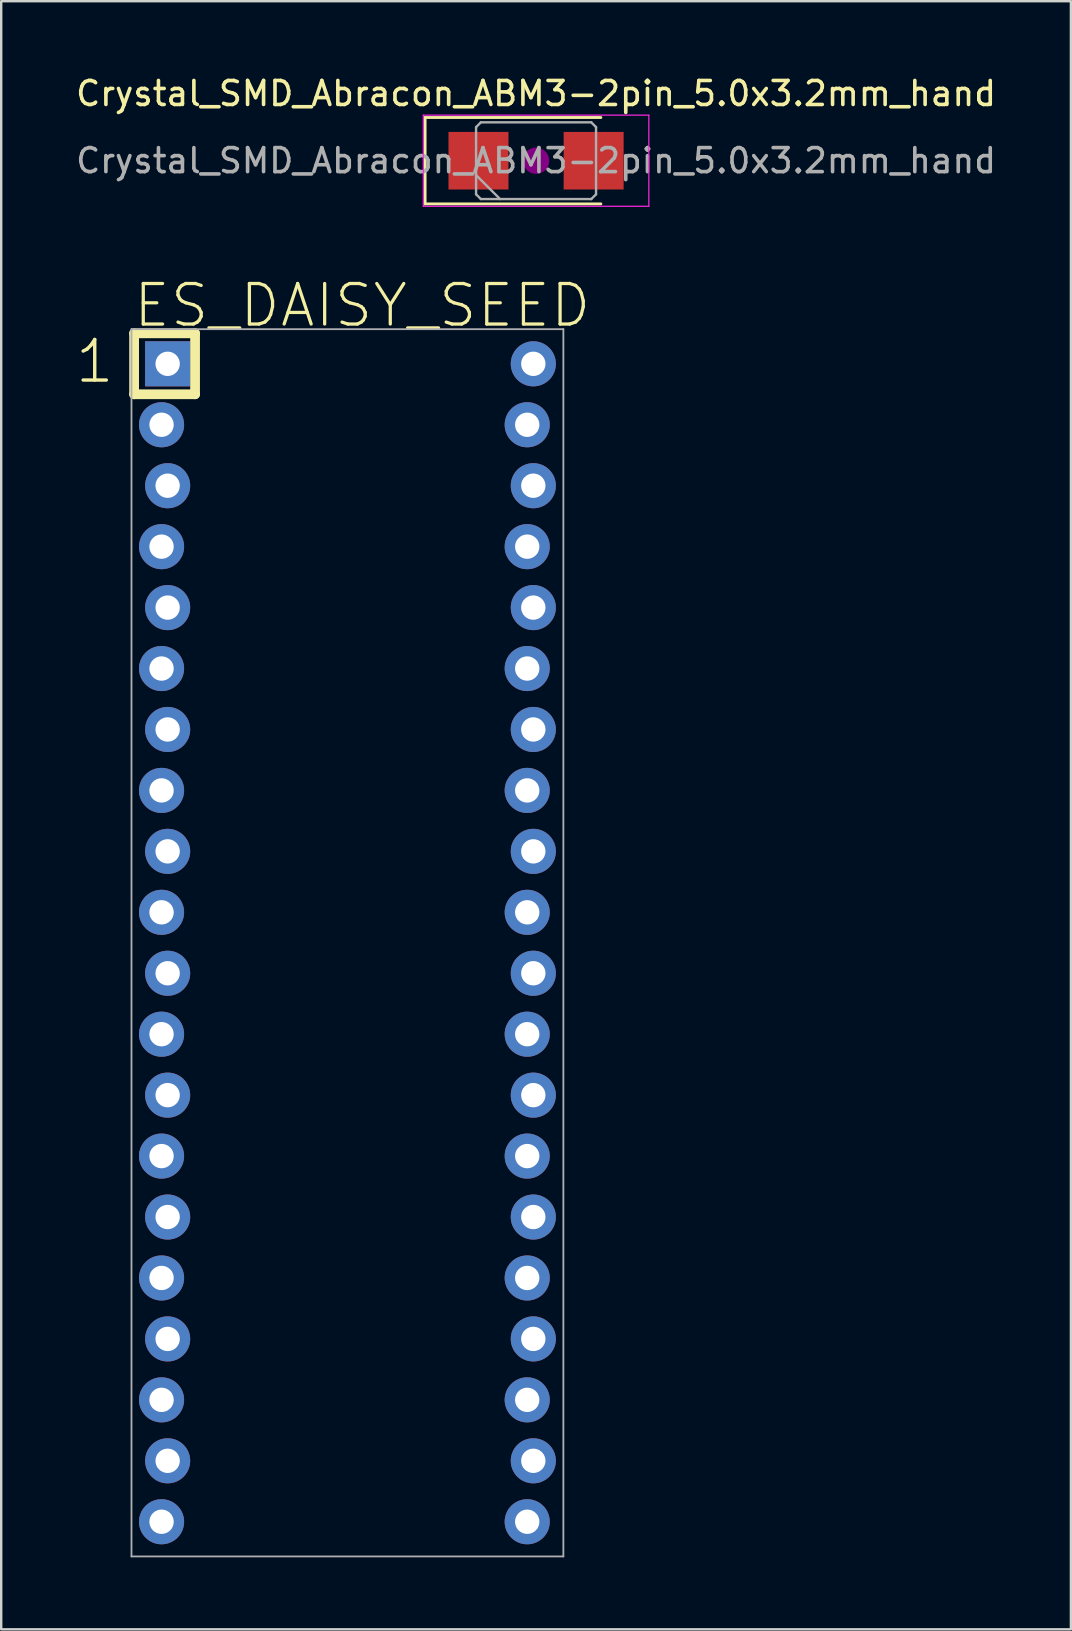
<source format=kicad_pcb>
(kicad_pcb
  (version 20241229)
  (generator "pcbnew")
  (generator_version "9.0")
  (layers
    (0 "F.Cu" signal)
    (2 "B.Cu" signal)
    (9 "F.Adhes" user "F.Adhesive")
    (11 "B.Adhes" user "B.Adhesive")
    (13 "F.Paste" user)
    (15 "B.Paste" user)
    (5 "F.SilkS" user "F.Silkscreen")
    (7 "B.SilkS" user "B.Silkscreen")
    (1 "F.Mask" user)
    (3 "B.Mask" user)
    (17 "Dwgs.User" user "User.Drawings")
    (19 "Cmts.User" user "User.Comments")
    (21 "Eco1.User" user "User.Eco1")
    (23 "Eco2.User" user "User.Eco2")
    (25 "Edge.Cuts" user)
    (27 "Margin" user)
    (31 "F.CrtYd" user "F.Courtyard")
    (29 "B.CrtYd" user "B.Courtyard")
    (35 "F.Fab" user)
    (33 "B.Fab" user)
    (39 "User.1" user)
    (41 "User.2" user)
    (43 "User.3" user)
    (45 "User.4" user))
  (footprint "ES_DAISY_SEED"
    (layer "F.Cu")
    (at 11.43 36.243)
    (property "Reference" "ES_DAISY_SEED" (at -9 -25.575 0) (layer "F.SilkS") (effects (font (size 1.689 1.689) (thickness 0.135)) (justify left bottom)))
    (attr through_hole)
    (fp_line (start -8.89 -25.4) (end -6.35 -25.4) (stroke (width 0.406) (type solid)) (layer "F.SilkS"))
    (fp_line (start -8.89 -22.86) (end -8.89 -25.4) (stroke (width 0.406) (type solid)) (layer "F.SilkS"))
    (fp_line (start -6.35 -25.4) (end -6.35 -22.86) (stroke (width 0.406) (type solid)) (layer "F.SilkS"))
    (fp_line (start -6.35 -22.86) (end -8.89 -22.86) (stroke (width 0.406) (type solid)) (layer "F.SilkS"))
    (fp_line (start -9 -25.575) (end 9 -25.575) (stroke (width 0.076) (type solid)) (layer "F.Fab"))
    (fp_line (start -9 25.575) (end -9 -25.575) (stroke (width 0.076) (type solid)) (layer "F.Fab"))
    (fp_line (start 9 -25.575) (end 9 25.575) (stroke (width 0.076) (type solid)) (layer "F.Fab"))
    (fp_line (start 9 25.575) (end -9 25.575) (stroke (width 0.076) (type solid)) (layer "F.Fab"))
    (fp_poly (pts (xy -7.874 -24.384) (xy -7.874 -23.876) (xy -7.366 -23.876) (xy -7.366 -24.384)) (stroke (width 0.1) (type solid)) (fill no) (layer "F.Fab"))
    (fp_poly (pts (xy -7.874 -21.844) (xy -7.874 -21.336) (xy -7.366 -21.336) (xy -7.366 -21.844)) (stroke (width 0.1) (type solid)) (fill no) (layer "F.Fab"))
    (fp_poly (pts (xy -7.874 -19.304) (xy -7.874 -18.796) (xy -7.366 -18.796) (xy -7.366 -19.304)) (stroke (width 0.1) (type solid)) (fill no) (layer "F.Fab"))
    (fp_poly (pts (xy -7.874 -16.764) (xy -7.874 -16.256) (xy -7.366 -16.256) (xy -7.366 -16.764)) (stroke (width 0.1) (type solid)) (fill no) (layer "F.Fab"))
    (fp_poly (pts (xy -7.874 -14.224) (xy -7.874 -13.716) (xy -7.366 -13.716) (xy -7.366 -14.224)) (stroke (width 0.1) (type solid)) (fill no) (layer "F.Fab"))
    (fp_poly (pts (xy -7.874 -11.684) (xy -7.874 -11.176) (xy -7.366 -11.176) (xy -7.366 -11.684)) (stroke (width 0.1) (type solid)) (fill no) (layer "F.Fab"))
    (fp_poly (pts (xy -7.874 -9.144) (xy -7.874 -8.636) (xy -7.366 -8.636) (xy -7.366 -9.144)) (stroke (width 0.1) (type solid)) (fill no) (layer "F.Fab"))
    (fp_poly (pts (xy -7.874 -6.604) (xy -7.874 -6.096) (xy -7.366 -6.096) (xy -7.366 -6.604)) (stroke (width 0.1) (type solid)) (fill no) (layer "F.Fab"))
    (fp_poly (pts (xy -7.874 -4.064) (xy -7.874 -3.556) (xy -7.366 -3.556) (xy -7.366 -4.064)) (stroke (width 0.1) (type solid)) (fill no) (layer "F.Fab"))
    (fp_poly (pts (xy -7.874 -1.524) (xy -7.874 -1.016) (xy -7.366 -1.016) (xy -7.366 -1.524)) (stroke (width 0.1) (type solid)) (fill no) (layer "F.Fab"))
    (fp_poly (pts (xy -7.874 1.016) (xy -7.874 1.524) (xy -7.366 1.524) (xy -7.366 1.016)) (stroke (width 0.1) (type solid)) (fill no) (layer "F.Fab"))
    (fp_poly (pts (xy -7.874 3.556) (xy -7.874 4.064) (xy -7.366 4.064) (xy -7.366 3.556)) (stroke (width 0.1) (type solid)) (fill no) (layer "F.Fab"))
    (fp_poly (pts (xy -7.874 6.096) (xy -7.874 6.604) (xy -7.366 6.604) (xy -7.366 6.096)) (stroke (width 0.1) (type solid)) (fill no) (layer "F.Fab"))
    (fp_poly (pts (xy -7.874 8.636) (xy -7.874 9.144) (xy -7.366 9.144) (xy -7.366 8.636)) (stroke (width 0.1) (type solid)) (fill no) (layer "F.Fab"))
    (fp_poly (pts (xy -7.874 11.176) (xy -7.874 11.684) (xy -7.366 11.684) (xy -7.366 11.176)) (stroke (width 0.1) (type solid)) (fill no) (layer "F.Fab"))
    (fp_poly (pts (xy -7.874 13.716) (xy -7.874 14.224) (xy -7.366 14.224) (xy -7.366 13.716)) (stroke (width 0.1) (type solid)) (fill no) (layer "F.Fab"))
    (fp_poly (pts (xy -7.874 16.256) (xy -7.874 16.764) (xy -7.366 16.764) (xy -7.366 16.256)) (stroke (width 0.1) (type solid)) (fill no) (layer "F.Fab"))
    (fp_poly (pts (xy -7.874 18.796) (xy -7.874 19.304) (xy -7.366 19.304) (xy -7.366 18.796)) (stroke (width 0.1) (type solid)) (fill no) (layer "F.Fab"))
    (fp_poly (pts (xy -7.874 21.336) (xy -7.874 21.844) (xy -7.366 21.844) (xy -7.366 21.336)) (stroke (width 0.1) (type solid)) (fill no) (layer "F.Fab"))
    (fp_poly (pts (xy -7.874 23.876) (xy -7.874 24.384) (xy -7.366 24.384) (xy -7.366 23.876)) (stroke (width 0.1) (type solid)) (fill no) (layer "F.Fab"))
    (fp_poly (pts (xy 7.874 -23.876) (xy 7.874 -24.384) (xy 7.366 -24.384) (xy 7.366 -23.876)) (stroke (width 0.1) (type solid)) (fill no) (layer "F.Fab"))
    (fp_poly (pts (xy 7.874 -21.336) (xy 7.874 -21.844) (xy 7.366 -21.844) (xy 7.366 -21.336)) (stroke (width 0.1) (type solid)) (fill no) (layer "F.Fab"))
    (fp_poly (pts (xy 7.874 -18.796) (xy 7.874 -19.304) (xy 7.366 -19.304) (xy 7.366 -18.796)) (stroke (width 0.1) (type solid)) (fill no) (layer "F.Fab"))
    (fp_poly (pts (xy 7.874 -16.256) (xy 7.874 -16.764) (xy 7.366 -16.764) (xy 7.366 -16.256)) (stroke (width 0.1) (type solid)) (fill no) (layer "F.Fab"))
    (fp_poly (pts (xy 7.874 -13.716) (xy 7.874 -14.224) (xy 7.366 -14.224) (xy 7.366 -13.716)) (stroke (width 0.1) (type solid)) (fill no) (layer "F.Fab"))
    (fp_poly (pts (xy 7.874 -11.176) (xy 7.874 -11.684) (xy 7.366 -11.684) (xy 7.366 -11.176)) (stroke (width 0.1) (type solid)) (fill no) (layer "F.Fab"))
    (fp_poly (pts (xy 7.874 -8.636) (xy 7.874 -9.144) (xy 7.366 -9.144) (xy 7.366 -8.636)) (stroke (width 0.1) (type solid)) (fill no) (layer "F.Fab"))
    (fp_poly (pts (xy 7.874 -6.096) (xy 7.874 -6.604) (xy 7.366 -6.604) (xy 7.366 -6.096)) (stroke (width 0.1) (type solid)) (fill no) (layer "F.Fab"))
    (fp_poly (pts (xy 7.874 -3.556) (xy 7.874 -4.064) (xy 7.366 -4.064) (xy 7.366 -3.556)) (stroke (width 0.1) (type solid)) (fill no) (layer "F.Fab"))
    (fp_poly (pts (xy 7.874 -1.016) (xy 7.874 -1.524) (xy 7.366 -1.524) (xy 7.366 -1.016)) (stroke (width 0.1) (type solid)) (fill no) (layer "F.Fab"))
    (fp_poly (pts (xy 7.874 1.524) (xy 7.874 1.016) (xy 7.366 1.016) (xy 7.366 1.524)) (stroke (width 0.1) (type solid)) (fill no) (layer "F.Fab"))
    (fp_poly (pts (xy 7.874 4.064) (xy 7.874 3.556) (xy 7.366 3.556) (xy 7.366 4.064)) (stroke (width 0.1) (type solid)) (fill no) (layer "F.Fab"))
    (fp_poly (pts (xy 7.874 6.604) (xy 7.874 6.096) (xy 7.366 6.096) (xy 7.366 6.604)) (stroke (width 0.1) (type solid)) (fill no) (layer "F.Fab"))
    (fp_poly (pts (xy 7.874 9.144) (xy 7.874 8.636) (xy 7.366 8.636) (xy 7.366 9.144)) (stroke (width 0.1) (type solid)) (fill no) (layer "F.Fab"))
    (fp_poly (pts (xy 7.874 11.684) (xy 7.874 11.176) (xy 7.366 11.176) (xy 7.366 11.684)) (stroke (width 0.1) (type solid)) (fill no) (layer "F.Fab"))
    (fp_poly (pts (xy 7.874 14.224) (xy 7.874 13.716) (xy 7.366 13.716) (xy 7.366 14.224)) (stroke (width 0.1) (type solid)) (fill no) (layer "F.Fab"))
    (fp_poly (pts (xy 7.874 16.764) (xy 7.874 16.256) (xy 7.366 16.256) (xy 7.366 16.764)) (stroke (width 0.1) (type solid)) (fill no) (layer "F.Fab"))
    (fp_poly (pts (xy 7.874 19.304) (xy 7.874 18.796) (xy 7.366 18.796) (xy 7.366 19.304)) (stroke (width 0.1) (type solid)) (fill no) (layer "F.Fab"))
    (fp_poly (pts (xy 7.874 21.844) (xy 7.874 21.336) (xy 7.366 21.336) (xy 7.366 21.844)) (stroke (width 0.1) (type solid)) (fill no) (layer "F.Fab"))
    (fp_poly (pts (xy 7.874 24.384) (xy 7.874 23.876) (xy 7.366 23.876) (xy 7.366 24.384)) (stroke (width 0.1) (type solid)) (fill no) (layer "F.Fab"))
    (fp_text user "1" (at -11.43 -23.241 0) (layer "F.SilkS") (effects (font (size 1.689 1.689) (thickness 0.142)) (justify left bottom)))
    (pad "1" thru_hole rect (at -7.493 -24.13) (size 1.88 1.88) (drill 1.016) (layers "*.Cu" "*.Mask"))
    (pad "2" thru_hole circle (at -7.747 -21.59) (size 1.88 1.88) (drill 1.016) (layers "*.Cu" "*.Mask"))
    (pad "3" thru_hole circle (at -7.493 -19.05) (size 1.88 1.88) (drill 1.016) (layers "*.Cu" "*.Mask"))
    (pad "4" thru_hole circle (at -7.747 -16.51) (size 1.88 1.88) (drill 1.016) (layers "*.Cu" "*.Mask"))
    (pad "5" thru_hole circle (at -7.493 -13.97) (size 1.88 1.88) (drill 1.016) (layers "*.Cu" "*.Mask"))
    (pad "6" thru_hole circle (at -7.747 -11.43) (size 1.88 1.88) (drill 1.016) (layers "*.Cu" "*.Mask"))
    (pad "7" thru_hole circle (at -7.493 -8.89) (size 1.88 1.88) (drill 1.016) (layers "*.Cu" "*.Mask"))
    (pad "8" thru_hole circle (at -7.747 -6.35) (size 1.88 1.88) (drill 1.016) (layers "*.Cu" "*.Mask"))
    (pad "9" thru_hole circle (at -7.493 -3.81) (size 1.88 1.88) (drill 1.016) (layers "*.Cu" "*.Mask"))
    (pad "10" thru_hole circle (at -7.747 -1.27) (size 1.88 1.88) (drill 1.016) (layers "*.Cu" "*.Mask"))
    (pad "11" thru_hole circle (at -7.493 1.27) (size 1.88 1.88) (drill 1.016) (layers "*.Cu" "*.Mask"))
    (pad "12" thru_hole circle (at -7.747 3.81) (size 1.88 1.88) (drill 1.016) (layers "*.Cu" "*.Mask"))
    (pad "13" thru_hole circle (at -7.493 6.35) (size 1.88 1.88) (drill 1.016) (layers "*.Cu" "*.Mask"))
    (pad "14" thru_hole circle (at -7.747 8.89) (size 1.88 1.88) (drill 1.016) (layers "*.Cu" "*.Mask"))
    (pad "15" thru_hole circle (at -7.493 11.43) (size 1.88 1.88) (drill 1.016) (layers "*.Cu" "*.Mask"))
    (pad "16" thru_hole circle (at -7.747 13.97) (size 1.88 1.88) (drill 1.016) (layers "*.Cu" "*.Mask"))
    (pad "17" thru_hole circle (at -7.493 16.51) (size 1.88 1.88) (drill 1.016) (layers "*.Cu" "*.Mask"))
    (pad "18" thru_hole circle (at -7.747 19.05) (size 1.88 1.88) (drill 1.016) (layers "*.Cu" "*.Mask"))
    (pad "19" thru_hole circle (at -7.493 21.59) (size 1.88 1.88) (drill 1.016) (layers "*.Cu" "*.Mask"))
    (pad "20" thru_hole circle (at -7.747 24.13) (size 1.88 1.88) (drill 1.016) (layers "*.Cu" "*.Mask"))
    (pad "21" thru_hole circle (at 7.493 24.13 180) (size 1.88 1.88) (drill 1.016) (layers "*.Cu" "*.Mask"))
    (pad "22" thru_hole circle (at 7.747 21.59 180) (size 1.88 1.88) (drill 1.016) (layers "*.Cu" "*.Mask"))
    (pad "23" thru_hole circle (at 7.493 19.05 180) (size 1.88 1.88) (drill 1.016) (layers "*.Cu" "*.Mask"))
    (pad "24" thru_hole circle (at 7.747 16.51 180) (size 1.88 1.88) (drill 1.016) (layers "*.Cu" "*.Mask"))
    (pad "25" thru_hole circle (at 7.493 13.97 180) (size 1.88 1.88) (drill 1.016) (layers "*.Cu" "*.Mask"))
    (pad "26" thru_hole circle (at 7.747 11.43 180) (size 1.88 1.88) (drill 1.016) (layers "*.Cu" "*.Mask"))
    (pad "27" thru_hole circle (at 7.493 8.89 180) (size 1.88 1.88) (drill 1.016) (layers "*.Cu" "*.Mask"))
    (pad "28" thru_hole circle (at 7.747 6.35 180) (size 1.88 1.88) (drill 1.016) (layers "*.Cu" "*.Mask"))
    (pad "29" thru_hole circle (at 7.493 3.81 180) (size 1.88 1.88) (drill 1.016) (layers "*.Cu" "*.Mask"))
    (pad "30" thru_hole circle (at 7.747 1.27 180) (size 1.88 1.88) (drill 1.016) (layers "*.Cu" "*.Mask"))
    (pad "31" thru_hole circle (at 7.493 -1.27 180) (size 1.88 1.88) (drill 1.016) (layers "*.Cu" "*.Mask"))
    (pad "32" thru_hole circle (at 7.747 -3.81 180) (size 1.88 1.88) (drill 1.016) (layers "*.Cu" "*.Mask"))
    (pad "33" thru_hole circle (at 7.493 -6.35 180) (size 1.88 1.88) (drill 1.016) (layers "*.Cu" "*.Mask"))
    (pad "34" thru_hole circle (at 7.747 -8.89 180) (size 1.88 1.88) (drill 1.016) (layers "*.Cu" "*.Mask"))
    (pad "35" thru_hole circle (at 7.493 -11.43 180) (size 1.88 1.88) (drill 1.016) (layers "*.Cu" "*.Mask"))
    (pad "36" thru_hole circle (at 7.747 -13.97 180) (size 1.88 1.88) (drill 1.016) (layers "*.Cu" "*.Mask"))
    (pad "37" thru_hole circle (at 7.493 -16.51 180) (size 1.88 1.88) (drill 1.016) (layers "*.Cu" "*.Mask"))
    (pad "38" thru_hole circle (at 7.747 -19.05 180) (size 1.88 1.88) (drill 1.016) (layers "*.Cu" "*.Mask"))
    (pad "39" thru_hole circle (at 7.493 -21.59 180) (size 1.88 1.88) (drill 1.016) (layers "*.Cu" "*.Mask"))
    (pad "40" thru_hole circle (at 7.747 -24.13 180) (size 1.88 1.88) (drill 1.016) (layers "*.Cu" "*.Mask")))
  (footprint "Crystal_SMD_Abracon_ABM3-2pin_5.0x3.2mm_hand"
    (layer "F.Cu")
    (at 19.292 3.648)
    (property "Reference" "Crystal_SMD_Abracon_ABM3-2pin_5.0x3.2mm_hand" (at 0 -2.8 0) (layer "F.SilkS") (effects (font (size 1 1) (thickness 0.15))))
    (attr smd)
    (fp_line (start -4.625 -1.8) (end -4.625 1.8) (stroke (width 0.12) (type solid)) (layer "F.SilkS"))
    (fp_line (start -4.625 1.8) (end 2.7 1.8) (stroke (width 0.12) (type solid)) (layer "F.SilkS"))
    (fp_line (start 2.7 -1.8) (end -4.625 -1.8) (stroke (width 0.12) (type solid)) (layer "F.SilkS"))
    (fp_circle (center 0 0) (end 0.117 0) (stroke (width 0.233) (type solid)) (fill no) (layer "F.Adhes"))
    (fp_circle (center 0 0) (end 0.267 0) (stroke (width 0.167) (type solid)) (fill no) (layer "F.Adhes"))
    (fp_circle (center 0 0) (end 0.417 0) (stroke (width 0.167) (type solid)) (fill no) (layer "F.Adhes"))
    (fp_circle (center 0 0) (end 0.5 0) (stroke (width 0.1) (type solid)) (fill no) (layer "F.Adhes"))
    (fp_line (start -4.7 -1.9) (end -4.7 1.9) (stroke (width 0.05) (type solid)) (layer "F.CrtYd"))
    (fp_line (start -4.7 1.9) (end 4.7 1.9) (stroke (width 0.05) (type solid)) (layer "F.CrtYd"))
    (fp_line (start 4.7 -1.9) (end -4.7 -1.9) (stroke (width 0.05) (type solid)) (layer "F.CrtYd"))
    (fp_line (start 4.7 1.9) (end 4.7 -1.9) (stroke (width 0.05) (type solid)) (layer "F.CrtYd"))
    (fp_line (start -2.5 -1.4) (end -2.3 -1.6) (stroke (width 0.1) (type solid)) (layer "F.Fab"))
    (fp_line (start -2.5 0.6) (end -1.5 1.6) (stroke (width 0.1) (type solid)) (layer "F.Fab"))
    (fp_line (start -2.5 1.4) (end -2.5 -1.4) (stroke (width 0.1) (type solid)) (layer "F.Fab"))
    (fp_line (start -2.3 -1.6) (end 2.3 -1.6) (stroke (width 0.1) (type solid)) (layer "F.Fab"))
    (fp_line (start -2.3 1.6) (end -2.5 1.4) (stroke (width 0.1) (type solid)) (layer "F.Fab"))
    (fp_line (start 2.3 -1.6) (end 2.5 -1.4) (stroke (width 0.1) (type solid)) (layer "F.Fab"))
    (fp_line (start 2.3 1.6) (end -2.3 1.6) (stroke (width 0.1) (type solid)) (layer "F.Fab"))
    (fp_line (start 2.5 -1.4) (end 2.5 1.4) (stroke (width 0.1) (type solid)) (layer "F.Fab"))
    (fp_line (start 2.5 1.4) (end 2.3 1.6) (stroke (width 0.1) (type solid)) (layer "F.Fab"))
    (fp_text user "${REFERENCE}" (at 0 0 0) (layer "F.Fab") (effects (font (size 1 1) (thickness 0.15))))
    (pad "1" smd rect (at -2.4 0) (size 2.5 2.4) (layers "F.Cu" "F.Mask" "F.Paste"))
    (pad "2" smd rect (at 2.4 0) (size 2.5 2.4) (layers "F.Cu" "F.Mask" "F.Paste")))
  (gr_rect
    (start -3 -3)
    (end 41.583 64.856)
    (stroke (width 0.1) (type default))
    (fill no)
    (layer "Edge.Cuts")))
</source>
